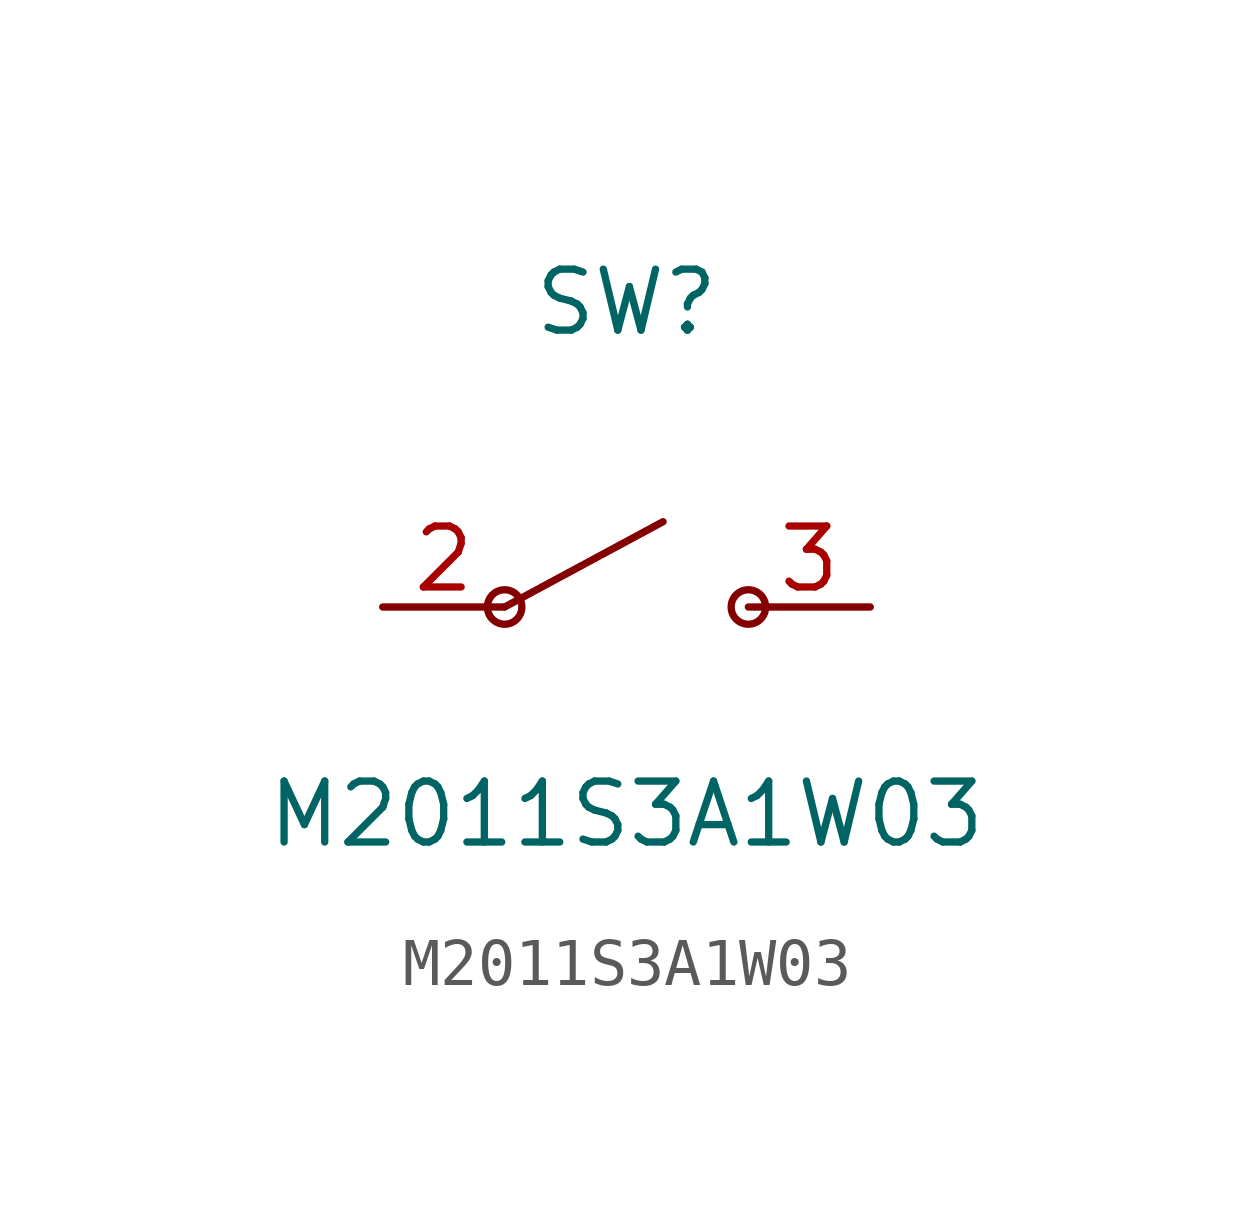
<source format=kicad_sym>
(kicad_symbol_lib
  (version 20211014)
  (generator kicad_symbol_editor)
  (symbol "M2011S3A1W03"
    (pin_names hide)
    (property "Reference" "SW"
      (at 0 6.35 0)
      (effects (font (size 1.27 1.27))))
    (property "Value" "M2011S3A1W03"
      (at 0 -4.318 0)
      (effects (font (size 1.27 1.27))))
    (symbol "M2011S3A1W03_0_1"
      (circle (center -2.54 0) (radius 0.359) (stroke (width 0) (type default) (color 0 0 0 0)) (fill (type none)))
      (polyline (pts (xy -2.54 0) (xy 0.762 1.778)) (stroke (width 0) (type default) (color 0 0 0 0)) (fill (type none)))
      (circle (center 2.54 0) (radius 0.359) (stroke (width 0) (type default) (color 0 0 0 0)) (fill (type none))))
    (symbol "M2011S3A1W03_1_1"
      (pin passive line (at -5.08 0 0) (length 2.54) (name "A" (effects (font (size 1.27 1.27)))) (number "2" (effects (font (size 1.27 1.27)))))
      (pin passive line (at 5.08 0 180) (length 2.54) (name "B" (effects (font (size 1.27 1.27)))) (number "3" (effects (font (size 1.27 1.27))))))))
</source>
